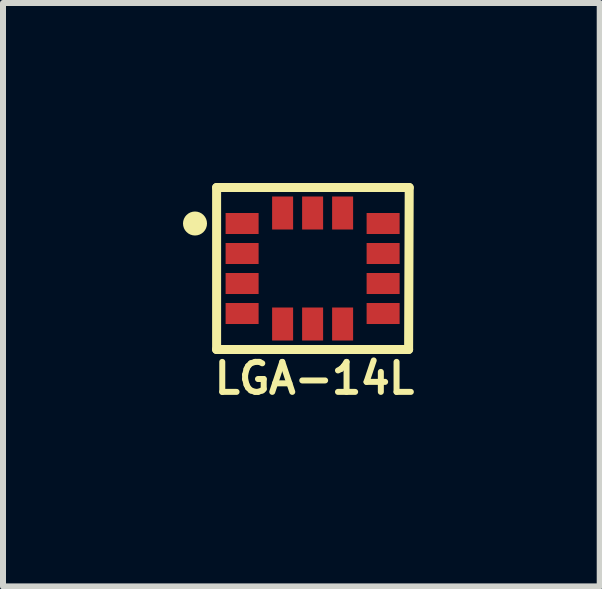
<source format=kicad_pcb>
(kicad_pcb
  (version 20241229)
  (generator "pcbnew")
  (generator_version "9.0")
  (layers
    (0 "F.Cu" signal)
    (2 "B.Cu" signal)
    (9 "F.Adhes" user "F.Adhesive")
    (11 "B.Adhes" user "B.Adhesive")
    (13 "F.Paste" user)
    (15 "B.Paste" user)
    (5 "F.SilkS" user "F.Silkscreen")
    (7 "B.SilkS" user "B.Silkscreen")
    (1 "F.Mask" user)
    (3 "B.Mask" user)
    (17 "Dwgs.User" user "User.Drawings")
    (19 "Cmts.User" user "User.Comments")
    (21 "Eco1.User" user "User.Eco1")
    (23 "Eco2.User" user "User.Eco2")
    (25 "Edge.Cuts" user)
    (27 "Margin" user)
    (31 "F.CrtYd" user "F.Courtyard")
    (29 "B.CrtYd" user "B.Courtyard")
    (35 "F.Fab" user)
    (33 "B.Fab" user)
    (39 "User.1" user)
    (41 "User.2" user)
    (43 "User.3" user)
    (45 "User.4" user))
  (footprint "LGA-14L"
    (layer "F.Cu")
    (at 2.16 1.425)
    (property "Reference" "LGA-14L" (at 0.03 1.83 0) (layer "F.SilkS") (effects (font (size 0.5 0.5) (thickness 0.1))))
    (attr through_hole)
    (fp_line (start -1.6 -1.35) (end 1.61 -1.35) (stroke (width 0.15) (type solid)) (layer "F.SilkS"))
    (fp_line (start -1.6 1.35) (end -1.6 -1.35) (stroke (width 0.15) (type solid)) (layer "F.SilkS"))
    (fp_line (start 1.6 1.35) (end -1.6 1.35) (stroke (width 0.15) (type solid)) (layer "F.SilkS"))
    (fp_line (start 1.61 -1.35) (end 1.6 1.35) (stroke (width 0.15) (type solid)) (layer "F.SilkS"))
    (fp_circle (center -1.96 -0.75) (end -1.86 -0.75) (stroke (width 0.2) (type solid)) (fill no) (layer "F.SilkS"))
    (pad "1" smd rect (at -1.175 -0.75) (size 0.55 0.35) (layers "F.Cu" "F.Mask" "F.Paste"))
    (pad "2" smd rect (at -1.175 -0.25) (size 0.55 0.35) (layers "F.Cu" "F.Mask" "F.Paste"))
    (pad "3" smd rect (at -1.175 0.25) (size 0.55 0.35) (layers "F.Cu" "F.Mask" "F.Paste"))
    (pad "4" smd rect (at -1.175 0.75) (size 0.55 0.35) (layers "F.Cu" "F.Mask" "F.Paste"))
    (pad "5" smd rect (at -0.5 0.925) (size 0.35 0.55) (layers "F.Cu" "F.Mask" "F.Paste"))
    (pad "6" smd rect (at 0 0.925) (size 0.35 0.55) (layers "F.Cu" "F.Mask" "F.Paste"))
    (pad "7" smd rect (at 0.5 0.925) (size 0.35 0.55) (layers "F.Cu" "F.Mask" "F.Paste"))
    (pad "8" smd rect (at 1.175 0.75) (size 0.55 0.35) (layers "F.Cu" "F.Mask" "F.Paste"))
    (pad "9" smd rect (at 1.175 0.25) (size 0.55 0.35) (layers "F.Cu" "F.Mask" "F.Paste"))
    (pad "10" smd rect (at 1.175 -0.25) (size 0.55 0.35) (layers "F.Cu" "F.Mask" "F.Paste"))
    (pad "11" smd rect (at 1.175 -0.75) (size 0.55 0.35) (layers "F.Cu" "F.Mask" "F.Paste"))
    (pad "12" smd rect (at 0.5 -0.925) (size 0.35 0.55) (layers "F.Cu" "F.Mask" "F.Paste"))
    (pad "13" smd rect (at 0 -0.925) (size 0.35 0.55) (layers "F.Cu" "F.Mask" "F.Paste"))
    (pad "14" smd rect (at -0.5 -0.925) (size 0.35 0.55) (layers "F.Cu" "F.Mask" "F.Paste")))
  (gr_rect
    (start -3 -3)
    (end 6.945 6.723)
    (stroke (width 0.1) (type default))
    (fill no)
    (layer "Edge.Cuts")))
</source>
